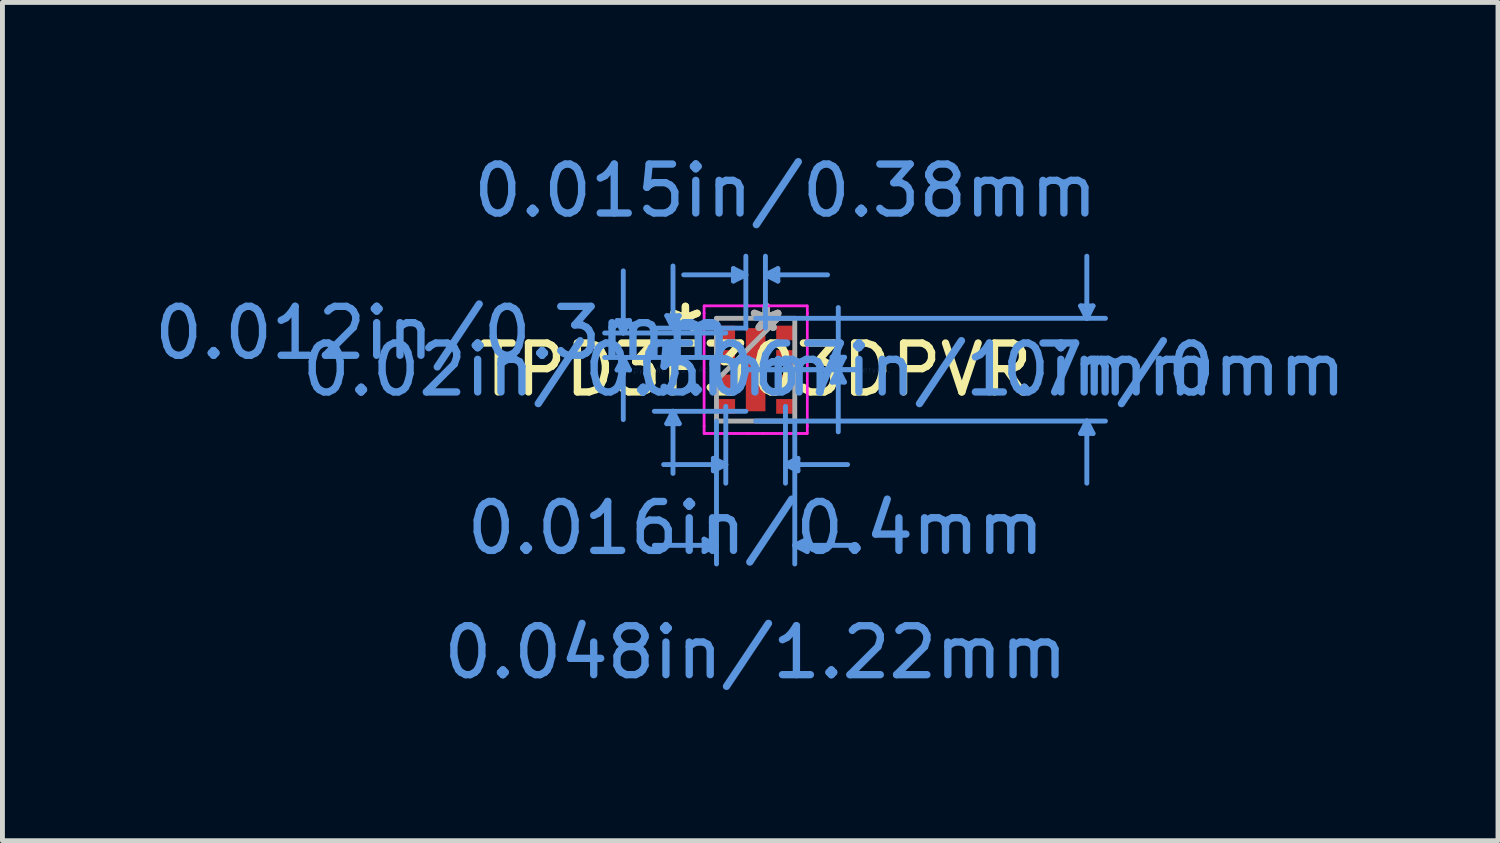
<source format=kicad_pcb>
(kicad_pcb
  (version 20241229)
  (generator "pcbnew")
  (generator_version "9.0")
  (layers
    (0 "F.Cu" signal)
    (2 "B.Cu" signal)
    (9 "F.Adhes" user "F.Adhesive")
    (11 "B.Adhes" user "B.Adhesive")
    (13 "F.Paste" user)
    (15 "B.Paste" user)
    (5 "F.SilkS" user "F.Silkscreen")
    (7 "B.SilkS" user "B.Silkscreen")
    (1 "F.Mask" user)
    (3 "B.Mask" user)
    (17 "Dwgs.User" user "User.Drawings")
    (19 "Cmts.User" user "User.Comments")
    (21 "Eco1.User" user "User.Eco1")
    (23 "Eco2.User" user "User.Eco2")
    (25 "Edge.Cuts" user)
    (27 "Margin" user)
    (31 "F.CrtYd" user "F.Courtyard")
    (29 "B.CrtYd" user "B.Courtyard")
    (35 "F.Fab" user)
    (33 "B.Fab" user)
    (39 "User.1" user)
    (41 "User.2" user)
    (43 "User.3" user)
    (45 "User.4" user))
  (footprint "TPD3F303DPVR"
    (layer "F.Cu")
    (at 12.394 4.506)
    (property "Reference" "TPD3F303DPVR" (at 0 0 0) (layer "F.SilkS") (effects (font (size 1 1) (thickness 0.15))))
    (attr through_hole)
    (fp_line (start -2.832 -1.004) (end -2.578 -1.004) (stroke (width 0.1) (type solid)) (layer "Cmts.User"))
    (fp_line (start -2.832 0.004) (end -2.578 0.004) (stroke (width 0.1) (type solid)) (layer "Cmts.User"))
    (fp_line (start -2.705 -0.75) (end -2.832 -1.004) (stroke (width 0.1) (type solid)) (layer "Cmts.User"))
    (fp_line (start -2.705 -0.75) (end -2.705 -2.02) (stroke (width 0.1) (type solid)) (layer "Cmts.User"))
    (fp_line (start -2.705 -0.75) (end -2.578 -1.004) (stroke (width 0.1) (type solid)) (layer "Cmts.User"))
    (fp_line (start -2.705 -0.25) (end -2.832 0.004) (stroke (width 0.1) (type solid)) (layer "Cmts.User"))
    (fp_line (start -2.705 -0.25) (end -2.705 1.02) (stroke (width 0.1) (type solid)) (layer "Cmts.User"))
    (fp_line (start -2.705 -0.25) (end -2.578 0.004) (stroke (width 0.1) (type solid)) (layer "Cmts.User"))
    (fp_line (start -1.816 -1.104) (end -1.562 -1.104) (stroke (width 0.1) (type solid)) (layer "Cmts.User"))
    (fp_line (start -1.816 1.104) (end -1.562 1.104) (stroke (width 0.1) (type solid)) (layer "Cmts.User"))
    (fp_line (start -1.689 -0.85) (end -1.816 -1.104) (stroke (width 0.1) (type solid)) (layer "Cmts.User"))
    (fp_line (start -1.689 -0.85) (end -1.689 -2.12) (stroke (width 0.1) (type solid)) (layer "Cmts.User"))
    (fp_line (start -1.689 -0.85) (end -1.562 -1.104) (stroke (width 0.1) (type solid)) (layer "Cmts.User"))
    (fp_line (start -1.689 0.85) (end -1.816 1.104) (stroke (width 0.1) (type solid)) (layer "Cmts.User"))
    (fp_line (start -1.689 0.85) (end -1.689 2.12) (stroke (width 0.1) (type solid)) (layer "Cmts.User"))
    (fp_line (start -1.689 0.85) (end -1.562 1.104) (stroke (width 0.1) (type solid)) (layer "Cmts.User"))
    (fp_line (start -1.054 3.463) (end -1.054 3.717) (stroke (width 0.1) (type solid)) (layer "Cmts.User"))
    (fp_line (start -0.864 1.812) (end -0.864 2.066) (stroke (width 0.1) (type solid)) (layer "Cmts.User"))
    (fp_line (start -0.8 1.05) (end -0.8 3.971) (stroke (width 0.1) (type solid)) (layer "Cmts.User"))
    (fp_line (start -0.8 3.59) (end -2.07 3.59) (stroke (width 0.1) (type solid)) (layer "Cmts.User"))
    (fp_line (start -0.8 3.59) (end -1.054 3.463) (stroke (width 0.1) (type solid)) (layer "Cmts.User"))
    (fp_line (start -0.8 3.59) (end -1.054 3.717) (stroke (width 0.1) (type solid)) (layer "Cmts.User"))
    (fp_line (start -0.61 -0.75) (end -3.086 -0.75) (stroke (width 0.1) (type solid)) (layer "Cmts.User"))
    (fp_line (start -0.61 -0.25) (end -3.086 -0.25) (stroke (width 0.1) (type solid)) (layer "Cmts.User"))
    (fp_line (start -0.61 0.75) (end -0.61 2.32) (stroke (width 0.1) (type solid)) (layer "Cmts.User"))
    (fp_line (start -0.61 1.939) (end -1.88 1.939) (stroke (width 0.1) (type solid)) (layer "Cmts.User"))
    (fp_line (start -0.61 1.939) (end -0.864 1.812) (stroke (width 0.1) (type solid)) (layer "Cmts.User"))
    (fp_line (start -0.61 1.939) (end -0.864 2.066) (stroke (width 0.1) (type solid)) (layer "Cmts.User"))
    (fp_line (start -0.454 -2.066) (end -0.454 -1.812) (stroke (width 0.1) (type solid)) (layer "Cmts.User"))
    (fp_line (start -0.25 0) (end 2.07 0) (stroke (width 0.1) (type solid)) (layer "Cmts.User"))
    (fp_line (start -0.25 0) (end 2.07 0) (stroke (width 0.1) (type solid)) (layer "Cmts.User"))
    (fp_line (start -0.2 -1.939) (end -1.47 -1.939) (stroke (width 0.1) (type solid)) (layer "Cmts.User"))
    (fp_line (start -0.2 -1.939) (end -0.454 -2.066) (stroke (width 0.1) (type solid)) (layer "Cmts.User"))
    (fp_line (start -0.2 -1.939) (end -0.454 -1.812) (stroke (width 0.1) (type solid)) (layer "Cmts.User"))
    (fp_line (start -0.2 -0.85) (end -2.07 -0.85) (stroke (width 0.1) (type solid)) (layer "Cmts.User"))
    (fp_line (start -0.2 -0.85) (end -0.2 -2.32) (stroke (width 0.1) (type solid)) (layer "Cmts.User"))
    (fp_line (start -0.2 0.85) (end -2.07 0.85) (stroke (width 0.1) (type solid)) (layer "Cmts.User"))
    (fp_line (start 0 -1.05) (end 7.15 -1.05) (stroke (width 0.1) (type solid)) (layer "Cmts.User"))
    (fp_line (start 0 1.05) (end 7.15 1.05) (stroke (width 0.1) (type solid)) (layer "Cmts.User"))
    (fp_line (start 0.2 -1.939) (end 0.454 -2.066) (stroke (width 0.1) (type solid)) (layer "Cmts.User"))
    (fp_line (start 0.2 -1.939) (end 0.454 -1.812) (stroke (width 0.1) (type solid)) (layer "Cmts.User"))
    (fp_line (start 0.2 -1.939) (end 1.47 -1.939) (stroke (width 0.1) (type solid)) (layer "Cmts.User"))
    (fp_line (start 0.2 -0.85) (end 0.2 -2.32) (stroke (width 0.1) (type solid)) (layer "Cmts.User"))
    (fp_line (start 0.454 -2.066) (end 0.454 -1.812) (stroke (width 0.1) (type solid)) (layer "Cmts.User"))
    (fp_line (start 0.61 0.75) (end 0.61 2.32) (stroke (width 0.1) (type solid)) (layer "Cmts.User"))
    (fp_line (start 0.61 1.939) (end 0.864 1.812) (stroke (width 0.1) (type solid)) (layer "Cmts.User"))
    (fp_line (start 0.61 1.939) (end 0.864 2.066) (stroke (width 0.1) (type solid)) (layer "Cmts.User"))
    (fp_line (start 0.61 1.939) (end 1.88 1.939) (stroke (width 0.1) (type solid)) (layer "Cmts.User"))
    (fp_line (start 0.8 1.05) (end 0.8 3.971) (stroke (width 0.1) (type solid)) (layer "Cmts.User"))
    (fp_line (start 0.8 3.59) (end 1.054 3.463) (stroke (width 0.1) (type solid)) (layer "Cmts.User"))
    (fp_line (start 0.8 3.59) (end 1.054 3.717) (stroke (width 0.1) (type solid)) (layer "Cmts.User"))
    (fp_line (start 0.8 3.59) (end 2.07 3.59) (stroke (width 0.1) (type solid)) (layer "Cmts.User"))
    (fp_line (start 0.864 1.812) (end 0.864 2.066) (stroke (width 0.1) (type solid)) (layer "Cmts.User"))
    (fp_line (start 1.054 3.463) (end 1.054 3.717) (stroke (width 0.1) (type solid)) (layer "Cmts.User"))
    (fp_line (start 1.562 -0.254) (end 1.816 -0.254) (stroke (width 0.1) (type solid)) (layer "Cmts.User"))
    (fp_line (start 1.562 0.254) (end 1.816 0.254) (stroke (width 0.1) (type solid)) (layer "Cmts.User"))
    (fp_line (start 1.689 0) (end 1.562 -0.254) (stroke (width 0.1) (type solid)) (layer "Cmts.User"))
    (fp_line (start 1.689 0) (end 1.562 0.254) (stroke (width 0.1) (type solid)) (layer "Cmts.User"))
    (fp_line (start 1.689 0) (end 1.689 -1.27) (stroke (width 0.1) (type solid)) (layer "Cmts.User"))
    (fp_line (start 1.689 0) (end 1.689 1.27) (stroke (width 0.1) (type solid)) (layer "Cmts.User"))
    (fp_line (start 1.689 0) (end 1.816 -0.254) (stroke (width 0.1) (type solid)) (layer "Cmts.User"))
    (fp_line (start 1.689 0) (end 1.816 0.254) (stroke (width 0.1) (type solid)) (layer "Cmts.User"))
    (fp_line (start 6.642 -1.304) (end 6.896 -1.304) (stroke (width 0.1) (type solid)) (layer "Cmts.User"))
    (fp_line (start 6.642 1.304) (end 6.896 1.304) (stroke (width 0.1) (type solid)) (layer "Cmts.User"))
    (fp_line (start 6.769 -1.05) (end 6.642 -1.304) (stroke (width 0.1) (type solid)) (layer "Cmts.User"))
    (fp_line (start 6.769 -1.05) (end 6.769 -2.32) (stroke (width 0.1) (type solid)) (layer "Cmts.User"))
    (fp_line (start 6.769 -1.05) (end 6.896 -1.304) (stroke (width 0.1) (type solid)) (layer "Cmts.User"))
    (fp_line (start 6.769 1.05) (end 6.642 1.304) (stroke (width 0.1) (type solid)) (layer "Cmts.User"))
    (fp_line (start 6.769 1.05) (end 6.769 2.32) (stroke (width 0.1) (type solid)) (layer "Cmts.User"))
    (fp_line (start 6.769 1.05) (end 6.896 1.304) (stroke (width 0.1) (type solid)) (layer "Cmts.User"))
    (fp_line (start -1.054 -1.304) (end -0.154 -1.304) (stroke (width 0.05) (type solid)) (layer "F.CrtYd"))
    (fp_line (start -1.054 -1.304) (end -0.154 -1.304) (stroke (width 0.05) (type solid)) (layer "F.CrtYd"))
    (fp_line (start -1.054 -1.154) (end -1.054 -1.304) (stroke (width 0.05) (type solid)) (layer "F.CrtYd"))
    (fp_line (start -1.054 -1.154) (end -1.054 -1.304) (stroke (width 0.05) (type solid)) (layer "F.CrtYd"))
    (fp_line (start -1.054 -1.154) (end -1.054 -1.154) (stroke (width 0.05) (type solid)) (layer "F.CrtYd"))
    (fp_line (start -1.054 -1.154) (end -1.054 -1.154) (stroke (width 0.05) (type solid)) (layer "F.CrtYd"))
    (fp_line (start -1.054 1.154) (end -1.054 -1.154) (stroke (width 0.05) (type solid)) (layer "F.CrtYd"))
    (fp_line (start -1.054 1.154) (end -1.054 -1.154) (stroke (width 0.05) (type solid)) (layer "F.CrtYd"))
    (fp_line (start -1.054 1.154) (end -1.054 1.154) (stroke (width 0.05) (type solid)) (layer "F.CrtYd"))
    (fp_line (start -1.054 1.154) (end -1.054 1.154) (stroke (width 0.05) (type solid)) (layer "F.CrtYd"))
    (fp_line (start -1.054 1.304) (end -1.054 1.154) (stroke (width 0.05) (type solid)) (layer "F.CrtYd"))
    (fp_line (start -1.054 1.304) (end -1.054 1.154) (stroke (width 0.05) (type solid)) (layer "F.CrtYd"))
    (fp_line (start -0.154 -1.304) (end -0.154 -1.304) (stroke (width 0.05) (type solid)) (layer "F.CrtYd"))
    (fp_line (start -0.154 -1.304) (end -0.154 -1.304) (stroke (width 0.05) (type solid)) (layer "F.CrtYd"))
    (fp_line (start -0.154 -1.304) (end 0.154 -1.304) (stroke (width 0.05) (type solid)) (layer "F.CrtYd"))
    (fp_line (start -0.154 -1.304) (end 0.154 -1.304) (stroke (width 0.05) (type solid)) (layer "F.CrtYd"))
    (fp_line (start -0.154 1.304) (end -1.054 1.304) (stroke (width 0.05) (type solid)) (layer "F.CrtYd"))
    (fp_line (start -0.154 1.304) (end -1.054 1.304) (stroke (width 0.05) (type solid)) (layer "F.CrtYd"))
    (fp_line (start -0.154 1.304) (end -0.154 1.304) (stroke (width 0.05) (type solid)) (layer "F.CrtYd"))
    (fp_line (start -0.154 1.304) (end -0.154 1.304) (stroke (width 0.05) (type solid)) (layer "F.CrtYd"))
    (fp_line (start 0.154 -1.304) (end 0.154 -1.304) (stroke (width 0.05) (type solid)) (layer "F.CrtYd"))
    (fp_line (start 0.154 -1.304) (end 0.154 -1.304) (stroke (width 0.05) (type solid)) (layer "F.CrtYd"))
    (fp_line (start 0.154 -1.304) (end 1.054 -1.304) (stroke (width 0.05) (type solid)) (layer "F.CrtYd"))
    (fp_line (start 0.154 -1.304) (end 1.054 -1.304) (stroke (width 0.05) (type solid)) (layer "F.CrtYd"))
    (fp_line (start 0.154 1.304) (end -0.154 1.304) (stroke (width 0.05) (type solid)) (layer "F.CrtYd"))
    (fp_line (start 0.154 1.304) (end -0.154 1.304) (stroke (width 0.05) (type solid)) (layer "F.CrtYd"))
    (fp_line (start 0.154 1.304) (end 0.154 1.304) (stroke (width 0.05) (type solid)) (layer "F.CrtYd"))
    (fp_line (start 0.154 1.304) (end 0.154 1.304) (stroke (width 0.05) (type solid)) (layer "F.CrtYd"))
    (fp_line (start 1.054 -1.304) (end 1.054 -1.154) (stroke (width 0.05) (type solid)) (layer "F.CrtYd"))
    (fp_line (start 1.054 -1.304) (end 1.054 -1.154) (stroke (width 0.05) (type solid)) (layer "F.CrtYd"))
    (fp_line (start 1.054 -1.154) (end 1.054 -1.154) (stroke (width 0.05) (type solid)) (layer "F.CrtYd"))
    (fp_line (start 1.054 -1.154) (end 1.054 -1.154) (stroke (width 0.05) (type solid)) (layer "F.CrtYd"))
    (fp_line (start 1.054 -1.154) (end 1.054 1.154) (stroke (width 0.05) (type solid)) (layer "F.CrtYd"))
    (fp_line (start 1.054 -1.154) (end 1.054 1.154) (stroke (width 0.05) (type solid)) (layer "F.CrtYd"))
    (fp_line (start 1.054 1.154) (end 1.054 1.154) (stroke (width 0.05) (type solid)) (layer "F.CrtYd"))
    (fp_line (start 1.054 1.154) (end 1.054 1.154) (stroke (width 0.05) (type solid)) (layer "F.CrtYd"))
    (fp_line (start 1.054 1.154) (end 1.054 1.304) (stroke (width 0.05) (type solid)) (layer "F.CrtYd"))
    (fp_line (start 1.054 1.154) (end 1.054 1.304) (stroke (width 0.05) (type solid)) (layer "F.CrtYd"))
    (fp_line (start 1.054 1.304) (end 0.154 1.304) (stroke (width 0.05) (type solid)) (layer "F.CrtYd"))
    (fp_line (start 1.054 1.304) (end 0.154 1.304) (stroke (width 0.05) (type solid)) (layer "F.CrtYd"))
    (fp_line (start -0.8 -1.05) (end -0.8 1.05) (stroke (width 0.1) (type solid)) (layer "F.Fab"))
    (fp_line (start -0.8 0.22) (end 0.47 -1.05) (stroke (width 0.1) (type solid)) (layer "F.Fab"))
    (fp_line (start -0.8 1.05) (end 0.8 1.05) (stroke (width 0.1) (type solid)) (layer "F.Fab"))
    (fp_line (start 0.8 -1.05) (end -0.8 -1.05) (stroke (width 0.1) (type solid)) (layer "F.Fab"))
    (fp_line (start 0.8 1.05) (end 0.8 -1.05) (stroke (width 0.1) (type solid)) (layer "F.Fab"))
    (fp_text user "*" (at -1.435 -0.75 0) (layer "F.SilkS") (effects (font (size 1 1) (thickness 0.15))))
    (fp_text user "*" (at -1.435 -0.75 0) (layer "F.SilkS") (effects (font (size 1 1) (thickness 0.15))))
    (fp_text user "0.012in/0.3mm" (at -6.388 -0.75 0) (layer "Cmts.User") (effects (font (size 1 1) (thickness 0.15))))
    (fp_text user "Copyright 2021 Accelerated Designs. All rights reserved." (at 0 0 0) (layer "Cmts.User") (effects (font (size 0.127 0.127) (thickness 0.002))))
    (fp_text user "0in/0mm" (at 8.548 0 0) (layer "Cmts.User") (effects (font (size 1 1) (thickness 0.15))))
    (fp_text user "0.02in/0.5mm" (at -3.848 0 0) (layer "Cmts.User") (effects (font (size 1 1) (thickness 0.15))))
    (fp_text user "0.067in/1.7mm" (at 3.468 0 0) (layer "Cmts.User") (effects (font (size 1 1) (thickness 0.15))))
    (fp_text user "0.048in/1.22mm" (at 0 5.778 0) (layer "Cmts.User") (effects (font (size 1 1) (thickness 0.15))))
    (fp_text user "0.016in/0.4mm" (at 0 3.238 0) (layer "Cmts.User") (effects (font (size 1 1) (thickness 0.15))))
    (fp_text user "0.015in/0.38mm" (at 0.61 -3.658 0) (layer "Cmts.User") (effects (font (size 1 1) (thickness 0.15))))
    (fp_text user "*" (at 0.215 -0.75 0) (layer "F.Fab") (effects (font (size 1 1) (thickness 0.15))))
    (fp_text user "*" (at 0.215 -0.75 0) (layer "F.Fab") (effects (font (size 1 1) (thickness 0.15))))
    (pad "1" smd rect (at -0.61 -0.75) (size 0.38 0.3) (layers "F.Cu" "F.Mask" "F.Paste"))
    (pad "2" smd rect (at -0.61 -0.25) (size 0.38 0.3) (layers "F.Cu" "F.Mask" "F.Paste"))
    (pad "3" smd rect (at -0.61 0.25) (size 0.38 0.3) (layers "F.Cu" "F.Mask" "F.Paste"))
    (pad "4" smd rect (at -0.61 0.75) (size 0.38 0.3) (layers "F.Cu" "F.Mask" "F.Paste"))
    (pad "5" smd rect (at 0.61 0.75) (size 0.38 0.3) (layers "F.Cu" "F.Mask" "F.Paste"))
    (pad "6" smd rect (at 0.61 0.25) (size 0.38 0.3) (layers "F.Cu" "F.Mask" "F.Paste"))
    (pad "7" smd rect (at 0.61 -0.25) (size 0.38 0.3) (layers "F.Cu" "F.Mask" "F.Paste"))
    (pad "8" smd rect (at 0.61 -0.75) (size 0.38 0.3) (layers "F.Cu" "F.Mask" "F.Paste"))
    (pad "9" smd rect (at 0 0) (size 0.4 1.7) (layers "F.Cu" "F.Mask" "F.Paste")))
  (gr_rect
    (start -3 -3)
    (end 27.567 14.133)
    (stroke (width 0.1) (type default))
    (fill no)
    (layer "Edge.Cuts")))
</source>
